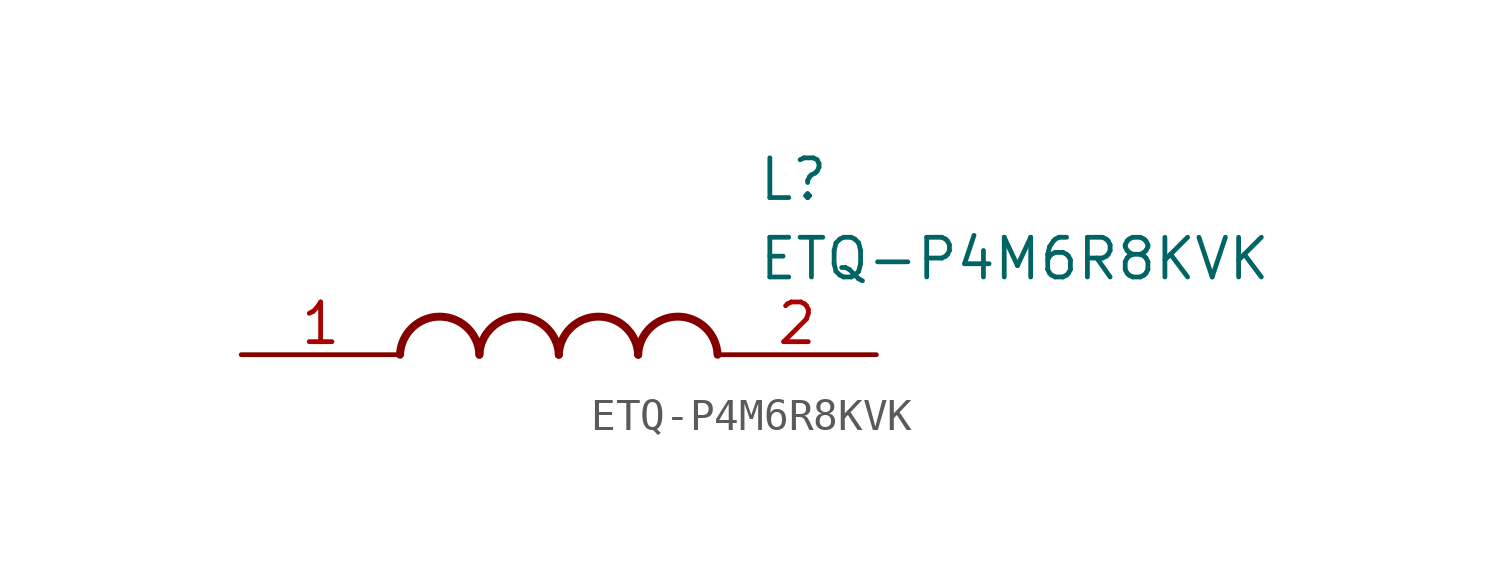
<source format=kicad_sym>
(kicad_symbol_lib
  (version 20211014)
  (generator SamacSys_ECAD_Model)
  (symbol "ETQ-P4M6R8KVK"
    (pin_names hide)
    (property "Reference" "L"
      (at 16.51 6.35 0)
      (effects (font (size 1.27 1.27)) (justify left top)))
    (property "Value" "ETQ-P4M6R8KVK"
      (at 16.51 3.81 0)
      (effects (font (size 1.27 1.27)) (justify left top)))
    (arc
      (start 7.62 0)
      (mid 6.35 1.219)
      (end 5.08 0)
      (stroke (width 0.254) (type default))
      (fill (type none)))
    (arc
      (start 10.16 0)
      (mid 8.89 1.219)
      (end 7.62 0)
      (stroke (width 0.254) (type default))
      (fill (type none)))
    (arc
      (start 12.7 0)
      (mid 11.43 1.219)
      (end 10.16 0)
      (stroke (width 0.254) (type default))
      (fill (type none)))
    (arc
      (start 15.24 0)
      (mid 13.97 1.219)
      (end 12.7 0)
      (stroke (width 0.254) (type default))
      (fill (type none)))
    (pin passive line
      (at 0 0 0)
      (length 5.08)
      (name "1" (effects (font (size 1.27 1.27))))
      (number "1" (effects (font (size 1.27 1.27)))))
    (pin passive line
      (at 20.32 0 180)
      (length 5.08)
      (name "2" (effects (font (size 1.27 1.27))))
      (number "2" (effects (font (size 1.27 1.27)))))))
</source>
